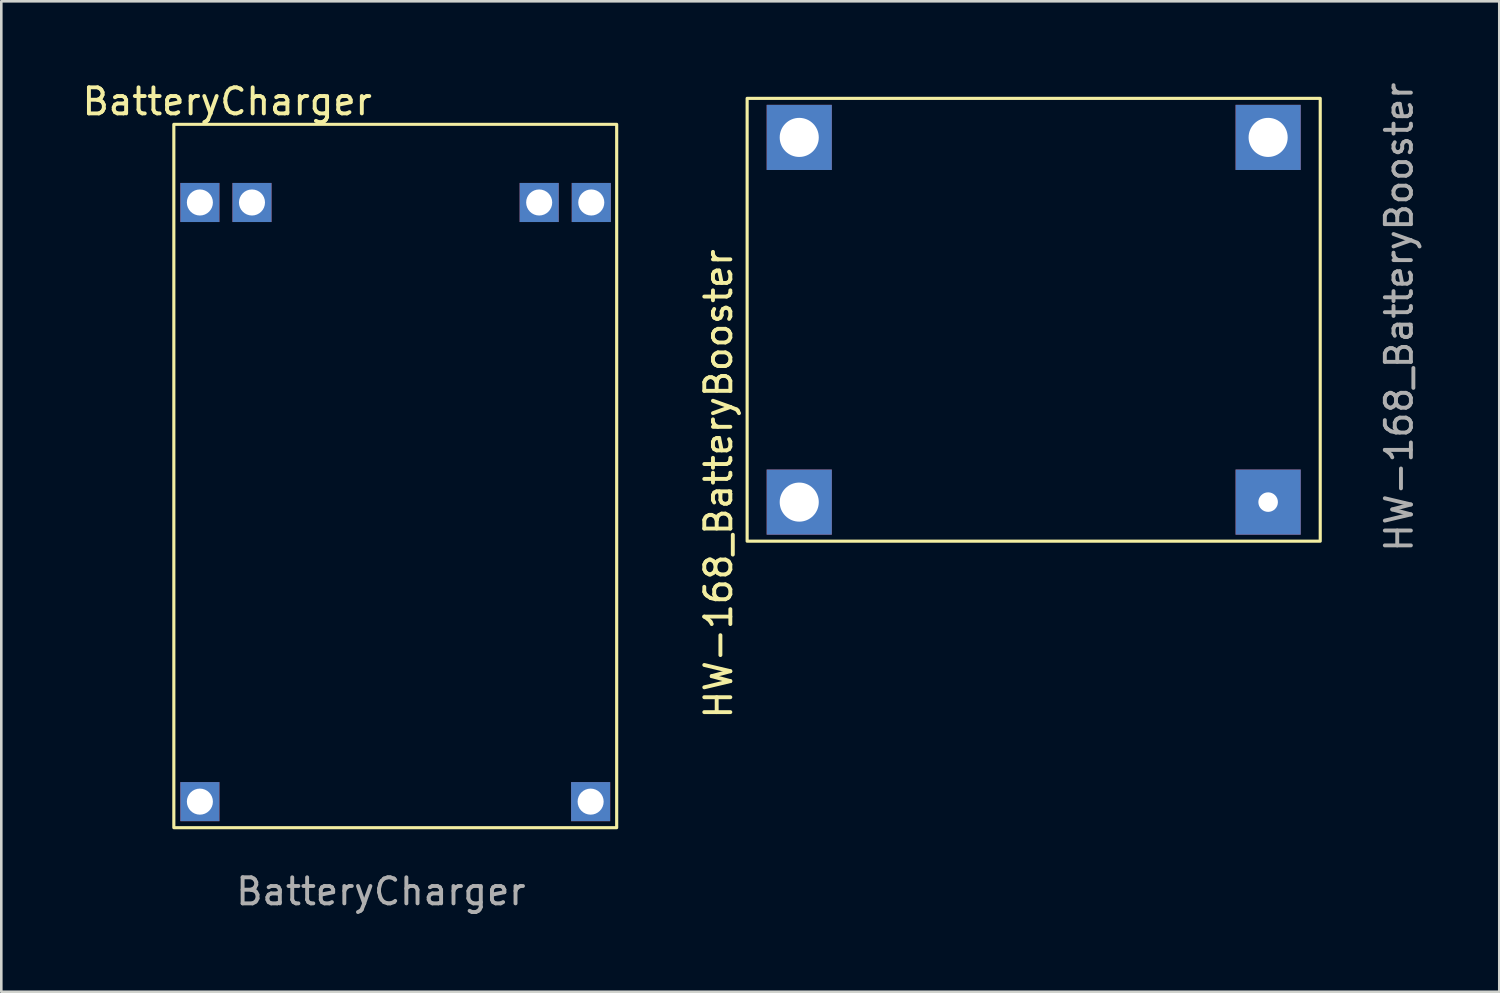
<source format=kicad_pcb>
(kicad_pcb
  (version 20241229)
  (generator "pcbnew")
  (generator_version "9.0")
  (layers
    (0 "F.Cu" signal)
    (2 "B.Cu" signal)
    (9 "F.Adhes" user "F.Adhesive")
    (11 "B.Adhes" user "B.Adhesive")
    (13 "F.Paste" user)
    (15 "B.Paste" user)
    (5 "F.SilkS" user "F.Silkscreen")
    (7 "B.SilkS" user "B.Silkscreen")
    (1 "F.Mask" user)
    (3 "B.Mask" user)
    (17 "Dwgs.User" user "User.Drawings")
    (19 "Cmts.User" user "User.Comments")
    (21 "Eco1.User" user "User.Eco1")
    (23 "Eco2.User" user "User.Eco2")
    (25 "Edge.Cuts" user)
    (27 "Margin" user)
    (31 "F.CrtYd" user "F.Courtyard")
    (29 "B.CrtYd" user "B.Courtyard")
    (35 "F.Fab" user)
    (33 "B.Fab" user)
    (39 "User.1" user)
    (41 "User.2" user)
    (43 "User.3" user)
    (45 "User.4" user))
  (footprint "HW-168_BatteryBooster"
    (layer "F.Cu")
    (at 25.431 0.575)
    (property "Reference" "HW-168_BatteryBooster" (at -0.9 14.95 90) (unlocked yes) (layer "F.SilkS") (effects (font (size 1 1) (thickness 0.15))))
    (attr smd)
    (fp_rect (start 0.2 17.15) (end 22.2 0.15) (stroke (width 0.12) (type default)) (fill no) (layer "F.SilkS"))
    (fp_text user "${REFERENCE}" (at 25.225 8.55 90) (unlocked yes) (layer "F.Fab") (effects (font (size 1 1) (thickness 0.15))))
    (pad "1" thru_hole rect (at 20.2 1.65 90) (size 2.5 2.5) (drill 1.5) (layers "*.Cu" "*.Mask"))
    (pad "2" thru_hole rect (at 20.2 15.65 90) (size 2.5 2.5) (drill 0.75) (layers "*.Cu" "*.Mask"))
    (pad "3" thru_hole rect (at 2.2 1.65 90) (size 2.5 2.5) (drill 1.5) (layers "*.Cu" "*.Mask"))
    (pad "4" thru_hole rect (at 2.2 15.65 90) (size 2.5 2.5) (drill 1.5) (layers "*.Cu" "*.Mask")))
  (footprint "BatteryCharger"
    (layer "F.Cu")
    (at 3.623 1.723)
    (property "Reference" "BatteryCharger" (at 2.05 -0.875 0) (unlocked yes) (layer "F.SilkS") (effects (font (size 1 1) (thickness 0.15))))
    (attr smd)
    (fp_rect (start 0 0) (end 17 27) (stroke (width 0.12) (type default)) (fill no) (layer "F.SilkS"))
    (fp_text user "${REFERENCE}" (at 7.95 29.45 0) (unlocked yes) (layer "F.Fab") (effects (font (size 1 1) (thickness 0.15))))
    (pad "1" thru_hole rect (at 1 3) (size 1.5 1.5) (drill 1) (layers "*.Cu" "*.Mask"))
    (pad "2" thru_hole rect (at 16.025 3) (size 1.5 1.5) (drill 1) (layers "*.Cu" "*.Mask"))
    (pad "3" thru_hole rect (at 3 3) (size 1.5 1.5) (drill 1) (layers "*.Cu" "*.Mask"))
    (pad "4" thru_hole rect (at 14.025 3) (size 1.5 1.5) (drill 1) (layers "*.Cu" "*.Mask"))
    (pad "5" thru_hole rect (at 1 26) (size 1.5 1.5) (drill 1) (layers "*.Cu" "*.Mask"))
    (pad "6" thru_hole rect (at 16 26) (size 1.5 1.5) (drill 1) (layers "*.Cu" "*.Mask")))
  (gr_rect
    (start -3 -3)
    (end 54.504 35.022)
    (stroke (width 0.1) (type default))
    (fill no)
    (layer "Edge.Cuts")))
</source>
